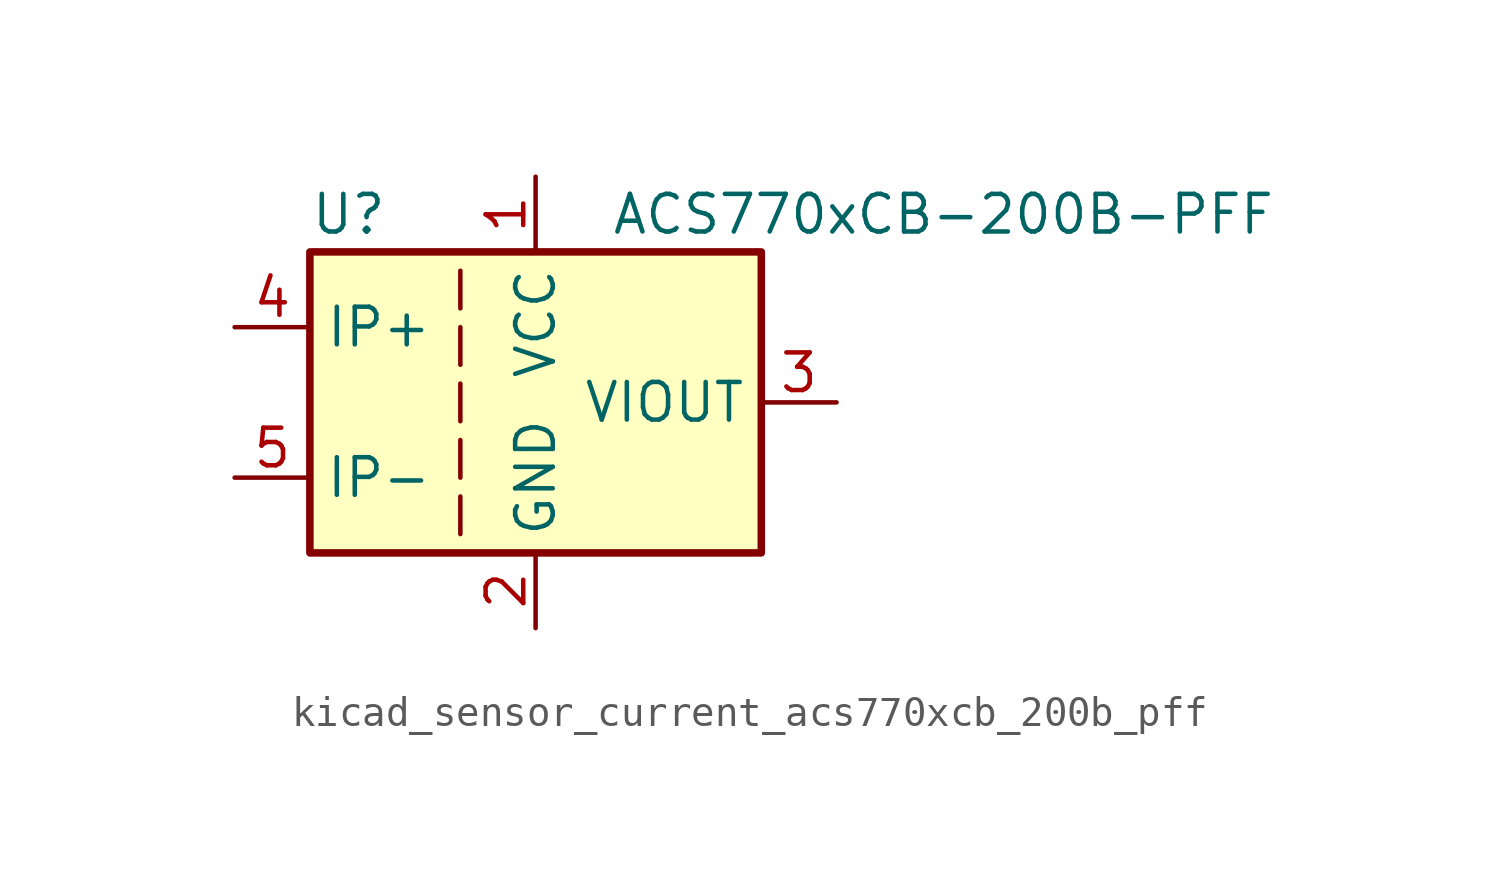
<source format=kicad_sym>
(kicad_symbol_lib
  (version 20220914)
  (generator kicad_symbol_editor)
  (symbol "kicad_sensor_current_acs770xcb_200b_pff"
    (property "Reference" "U"
      (at -7.62 6.35 0)
      (effects (font (size 1.27 1.27)) (justify left)))
    (property "Value" "ACS770xCB-200B-PFF"
      (at 2.54 6.35 0)
      (effects (font (size 1.27 1.27)) (justify left)))
    (symbol "kicad_sensor_current_acs770xcb_200b_pff_0_1"
      (rectangle (start -7.62 5.08) (end 7.62 -5.08) (stroke (width 0.254) (type default)) (fill (type background)))
      (polyline (pts (xy -2.54 -3.175) (xy -2.54 -4.445)) (stroke (width 0) (type default)) (fill (type none)))
      (polyline (pts (xy -2.54 -1.27) (xy -2.54 -2.54)) (stroke (width 0) (type default)) (fill (type none)))
      (polyline (pts (xy -2.54 0.635) (xy -2.54 -0.635)) (stroke (width 0) (type default)) (fill (type none)))
      (polyline (pts (xy -2.54 1.27) (xy -2.54 2.54)) (stroke (width 0) (type default)) (fill (type none)))
      (polyline (pts (xy -2.54 3.175) (xy -2.54 4.445)) (stroke (width 0) (type default)) (fill (type none))))
    (symbol "kicad_sensor_current_acs770xcb_200b_pff_1_1"
      (pin power_in line (at 0 7.62 270) (length 2.54) (name "VCC" (effects (font (size 1.27 1.27)))) (number "1" (effects (font (size 1.27 1.27)))))
      (pin power_in line (at 0 -7.62 90) (length 2.54) (name "GND" (effects (font (size 1.27 1.27)))) (number "2" (effects (font (size 1.27 1.27)))))
      (pin output line (at 10.16 0 180) (length 2.54) (name "VIOUT" (effects (font (size 1.27 1.27)))) (number "3" (effects (font (size 1.27 1.27)))))
      (pin passive line (at -10.16 2.54 0) (length 2.54) (name "IP+" (effects (font (size 1.27 1.27)))) (number "4" (effects (font (size 1.27 1.27)))))
      (pin passive line (at -10.16 -2.54 0) (length 2.54) (name "IP-" (effects (font (size 1.27 1.27)))) (number "5" (effects (font (size 1.27 1.27))))))))
</source>
